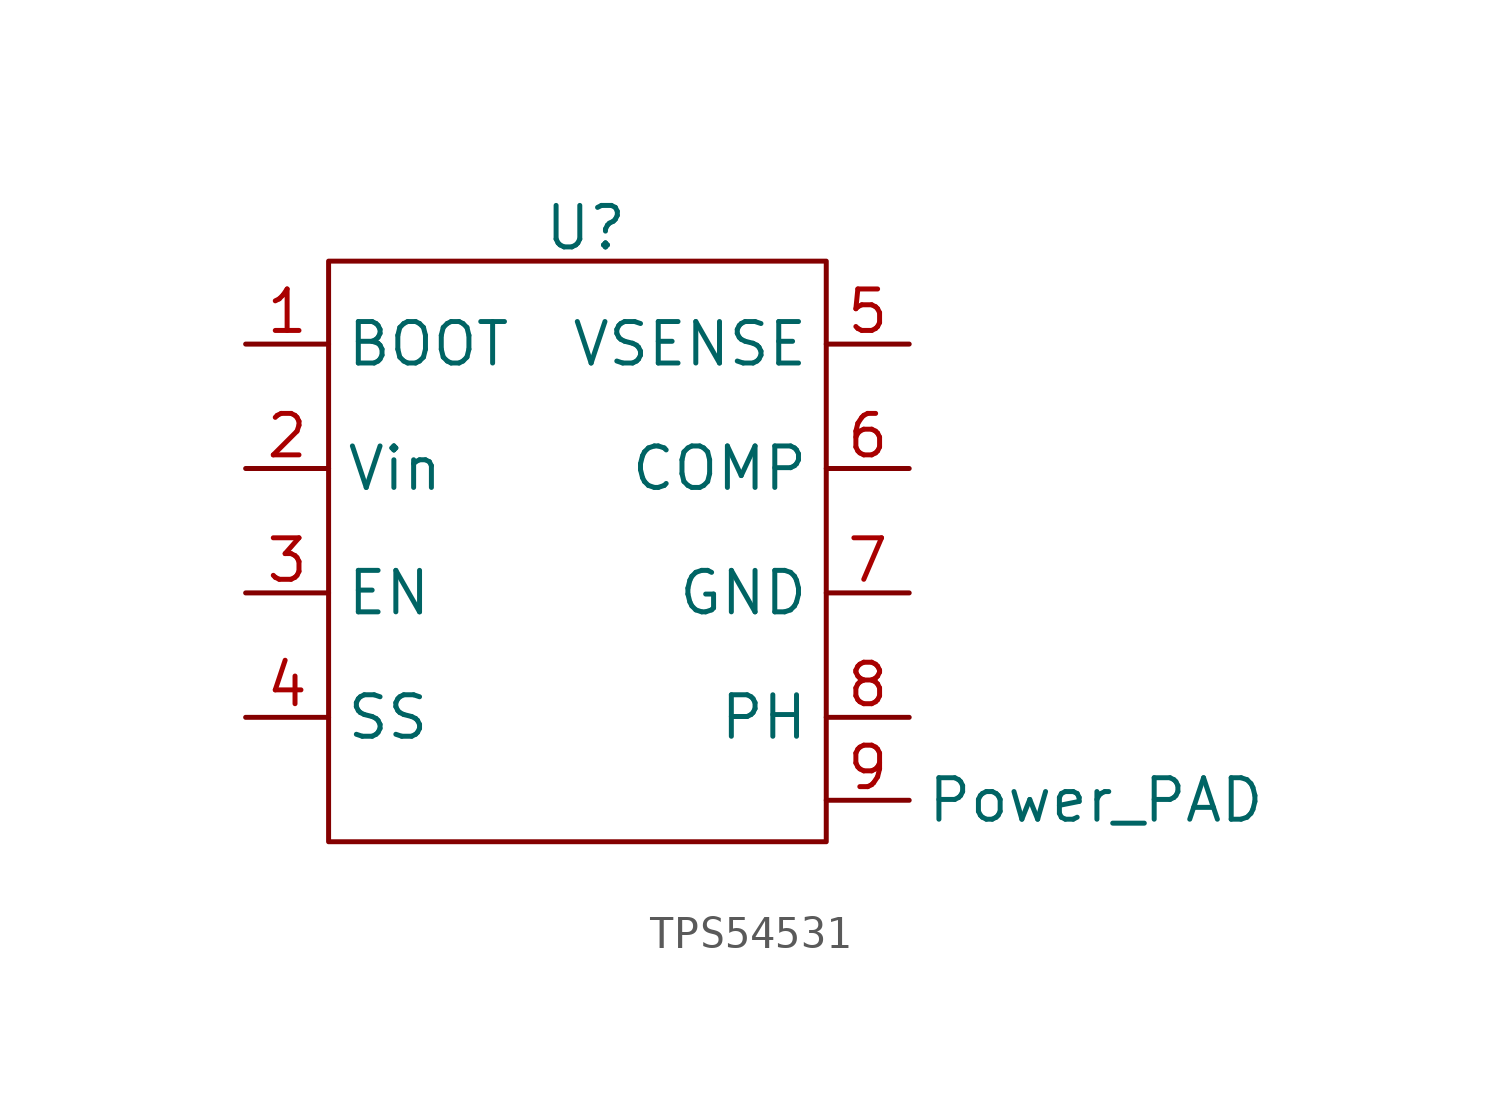
<source format=kicad_sym>
(kicad_symbol_lib
  (version 20231120)
  (generator "kicad_symbol_editor")
  (generator_version "8.0")
  (symbol "TPS54531"
    (property "Reference" "U"
      (at 4.064 -0.254 0)
      (effects (font (size 1.27 1.27))))
    (property "Value" ""
      (at 0 0 0)
      (effects (font (size 1.27 1.27))))
    (symbol "TPS54531_1_1"
      (rectangle (start -3.81 -1.27) (end 11.43 -19.05) (stroke (width 0) (type default)) (fill (type none)))
      (pin input line (at -6.35 -3.81 0) (length 2.54) (name "BOOT" (effects (font (size 1.27 1.27)))) (number "1" (effects (font (size 1.27 1.27)))))
      (pin input line (at -6.35 -7.62 0) (length 2.54) (name "Vin" (effects (font (size 1.27 1.27)))) (number "2" (effects (font (size 1.27 1.27)))))
      (pin input line (at -6.35 -11.43 0) (length 2.54) (name "EN" (effects (font (size 1.27 1.27)))) (number "3" (effects (font (size 1.27 1.27)))))
      (pin input line (at -6.35 -15.24 0) (length 2.54) (name "SS" (effects (font (size 1.27 1.27)))) (number "4" (effects (font (size 1.27 1.27)))))
      (pin input line (at 13.97 -3.81 180) (length 2.54) (name "VSENSE" (effects (font (size 1.27 1.27)))) (number "5" (effects (font (size 1.27 1.27)))))
      (pin input line (at 13.97 -7.62 180) (length 2.54) (name "COMP" (effects (font (size 1.27 1.27)))) (number "6" (effects (font (size 1.27 1.27)))))
      (pin input line (at 13.97 -11.43 180) (length 2.54) (name "GND" (effects (font (size 1.27 1.27)))) (number "7" (effects (font (size 1.27 1.27)))))
      (pin input line (at 13.97 -15.24 180) (length 2.54) (name "PH" (effects (font (size 1.27 1.27)))) (number "8" (effects (font (size 1.27 1.27)))))
      (pin input line (at 11.43 -17.78 0) (length 2.54) (name "Power_PAD" (effects (font (size 1.27 1.27)))) (number "9" (effects (font (size 1.27 1.27))))))))
</source>
